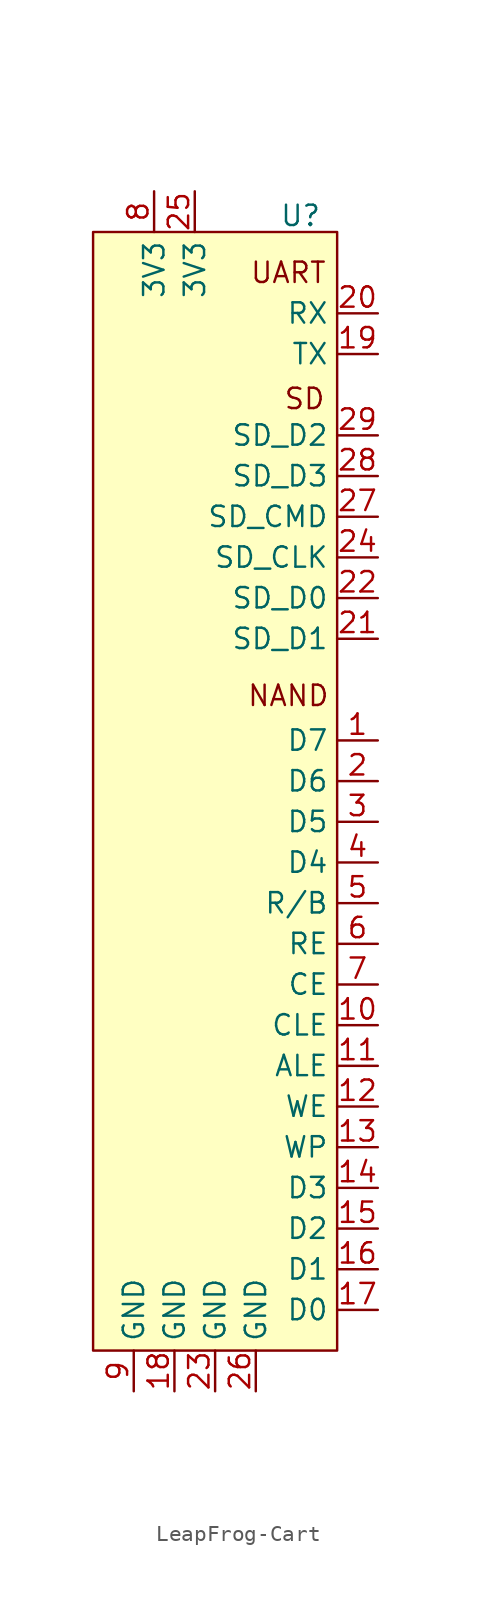
<source format=kicad_sym>
(kicad_symbol_lib
  (version 20231120)
  (generator "kicad_symbol_editor")
  (generator_version "8.0")
  (symbol "LeapFrog-Cart"
    (property "Reference" "U"
      (at 5.334 41.656 0)
      (effects (font (size 1.27 1.27))))
    (property "Value" ""
      (at 0 10.16 0)
      (effects (font (size 1.27 1.27))))
    (symbol "LeapFrog-Cart_0_0"
      (text "NAND" (at 4.572 11.684 0) (effects (font (size 1.27 1.27))))
      (text "SD" (at 5.588 30.226 0) (effects (font (size 1.27 1.27))))
      (text "UART" (at 4.572 38.1 0) (effects (font (size 1.27 1.27)))))
    (symbol "LeapFrog-Cart_1_1"
      (rectangle (start -7.62 40.64) (end 7.62 -29.21) (stroke (width 0) (type default)) (fill (type background)))
      (pin bidirectional line (at 10.16 8.89 180) (length 2.54) (name "D7" (effects (font (size 1.27 1.27)))) (number "1" (effects (font (size 1.27 1.27)))))
      (pin bidirectional line (at 10.16 -8.89 180) (length 2.54) (name "CLE" (effects (font (size 1.27 1.27)))) (number "10" (effects (font (size 1.27 1.27)))))
      (pin bidirectional line (at 10.16 -11.43 180) (length 2.54) (name "ALE" (effects (font (size 1.27 1.27)))) (number "11" (effects (font (size 1.27 1.27)))))
      (pin bidirectional line (at 10.16 -13.97 180) (length 2.54) (name "WE" (effects (font (size 1.27 1.27)))) (number "12" (effects (font (size 1.27 1.27)))))
      (pin bidirectional line (at 10.16 -16.51 180) (length 2.54) (name "WP" (effects (font (size 1.27 1.27)))) (number "13" (effects (font (size 1.27 1.27)))))
      (pin bidirectional line (at 10.16 -19.05 180) (length 2.54) (name "D3" (effects (font (size 1.27 1.27)))) (number "14" (effects (font (size 1.27 1.27)))))
      (pin bidirectional line (at 10.16 -21.59 180) (length 2.54) (name "D2" (effects (font (size 1.27 1.27)))) (number "15" (effects (font (size 1.27 1.27)))))
      (pin bidirectional line (at 10.16 -24.13 180) (length 2.54) (name "D1" (effects (font (size 1.27 1.27)))) (number "16" (effects (font (size 1.27 1.27)))))
      (pin bidirectional line (at 10.16 -26.67 180) (length 2.54) (name "D0" (effects (font (size 1.27 1.27)))) (number "17" (effects (font (size 1.27 1.27)))))
      (pin power_in line (at -2.54 -31.75 90) (length 2.54) (name "GND" (effects (font (size 1.27 1.27)))) (number "18" (effects (font (size 1.27 1.27)))))
      (pin bidirectional line (at 10.16 33.02 180) (length 2.54) (name "TX" (effects (font (size 1.27 1.27)))) (number "19" (effects (font (size 1.27 1.27)))))
      (pin bidirectional line (at 10.16 6.35 180) (length 2.54) (name "D6" (effects (font (size 1.27 1.27)))) (number "2" (effects (font (size 1.27 1.27)))))
      (pin bidirectional line (at 10.16 35.56 180) (length 2.54) (name "RX" (effects (font (size 1.27 1.27)))) (number "20" (effects (font (size 1.27 1.27)))))
      (pin bidirectional line (at 10.16 15.24 180) (length 2.54) (name "SD_D1" (effects (font (size 1.27 1.27)))) (number "21" (effects (font (size 1.27 1.27)))))
      (pin bidirectional line (at 10.16 17.78 180) (length 2.54) (name "SD_D0" (effects (font (size 1.27 1.27)))) (number "22" (effects (font (size 1.27 1.27)))))
      (pin power_in line (at 0 -31.75 90) (length 2.54) (name "GND" (effects (font (size 1.27 1.27)))) (number "23" (effects (font (size 1.27 1.27)))))
      (pin output line (at 10.16 20.32 180) (length 2.54) (name "SD_CLK" (effects (font (size 1.27 1.27)))) (number "24" (effects (font (size 1.27 1.27)))))
      (pin power_out line (at -1.27 43.18 270) (length 2.54) (name "3V3" (effects (font (size 1.27 1.27)))) (number "25" (effects (font (size 1.27 1.27)))))
      (pin power_in line (at 2.54 -31.75 90) (length 2.54) (name "GND" (effects (font (size 1.27 1.27)))) (number "26" (effects (font (size 1.27 1.27)))))
      (pin bidirectional line (at 10.16 22.86 180) (length 2.54) (name "SD_CMD" (effects (font (size 1.27 1.27)))) (number "27" (effects (font (size 1.27 1.27)))))
      (pin bidirectional line (at 10.16 25.4 180) (length 2.54) (name "SD_D3" (effects (font (size 1.27 1.27)))) (number "28" (effects (font (size 1.27 1.27)))))
      (pin bidirectional line (at 10.16 27.94 180) (length 2.54) (name "SD_D2" (effects (font (size 1.27 1.27)))) (number "29" (effects (font (size 1.27 1.27)))))
      (pin bidirectional line (at 10.16 3.81 180) (length 2.54) (name "D5" (effects (font (size 1.27 1.27)))) (number "3" (effects (font (size 1.27 1.27)))))
      (pin bidirectional line (at 10.16 1.27 180) (length 2.54) (name "D4" (effects (font (size 1.27 1.27)))) (number "4" (effects (font (size 1.27 1.27)))))
      (pin bidirectional line (at 10.16 -1.27 180) (length 2.54) (name "R/B" (effects (font (size 1.27 1.27)))) (number "5" (effects (font (size 1.27 1.27)))))
      (pin bidirectional line (at 10.16 -3.81 180) (length 2.54) (name "RE" (effects (font (size 1.27 1.27)))) (number "6" (effects (font (size 1.27 1.27)))))
      (pin bidirectional line (at 10.16 -6.35 180) (length 2.54) (name "CE" (effects (font (size 1.27 1.27)))) (number "7" (effects (font (size 1.27 1.27)))))
      (pin power_out line (at -3.81 43.18 270) (length 2.54) (name "3V3" (effects (font (size 1.27 1.27)))) (number "8" (effects (font (size 1.27 1.27)))))
      (pin power_in line (at -5.08 -31.75 90) (length 2.54) (name "GND" (effects (font (size 1.27 1.27)))) (number "9" (effects (font (size 1.27 1.27))))))))
</source>
